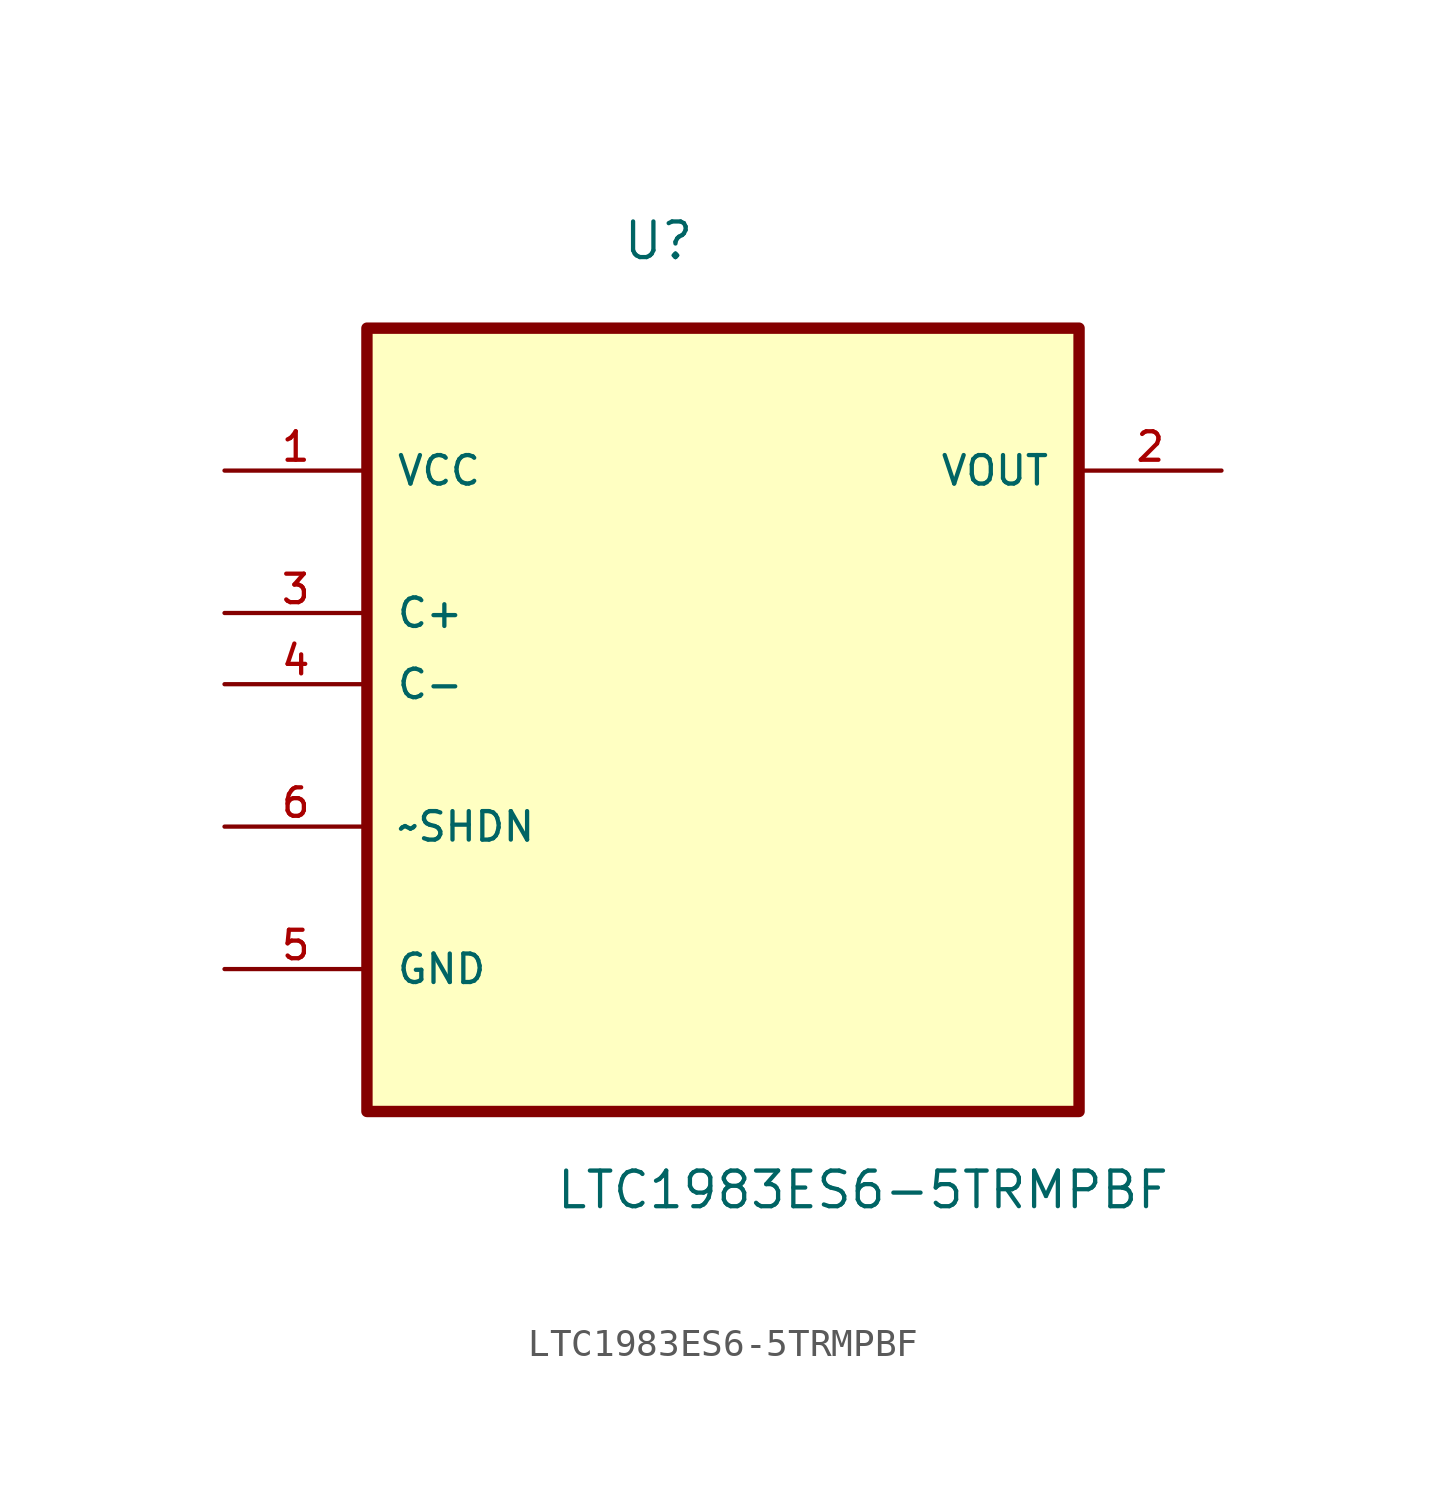
<source format=kicad_sym>
(kicad_symbol_lib
  (version 20211014)
  (generator kicad_symbol_editor)
  (symbol "LTC1983ES6-5TRMPBF"
    (pin_names
      (offset 1.016))
    (property "Reference" "U"
      (at -3.61 12.532 0.0)
      (effects (font (size 1.27 1.27)) (justify bottom left)))
    (property "Value" "LTC1983ES6-5TRMPBF"
      (at -5.997 -21.321 0.0)
      (effects (font (size 1.27 1.27)) (justify bottom left)))
    (symbol "LTC1983ES6-5TRMPBF_0_0"
      (rectangle (start -12.7 -17.78) (end 12.7 10.16) (stroke (width 0.406)) (fill (type background)))
      (pin power_in line (at -17.78 5.08 0) (length 5.08) (name "VCC" (effects (font (size 1.016 1.016)))) (number "1" (effects (font (size 1.016 1.016)))))
      (pin input line (at -17.78 0.0 0) (length 5.08) (name "C+" (effects (font (size 1.016 1.016)))) (number "3" (effects (font (size 1.016 1.016)))))
      (pin input line (at -17.78 -2.54 0) (length 5.08) (name "C-" (effects (font (size 1.016 1.016)))) (number "4" (effects (font (size 1.016 1.016)))))
      (pin input line (at -17.78 -7.62 0) (length 5.08) (name "~SHDN" (effects (font (size 1.016 1.016)))) (number "6" (effects (font (size 1.016 1.016)))))
      (pin passive line (at -17.78 -12.7 0) (length 5.08) (name "GND" (effects (font (size 1.016 1.016)))) (number "5" (effects (font (size 1.016 1.016)))))
      (pin output line (at 17.78 5.08 180.0) (length 5.08) (name "VOUT" (effects (font (size 1.016 1.016)))) (number "2" (effects (font (size 1.016 1.016))))))))
</source>
